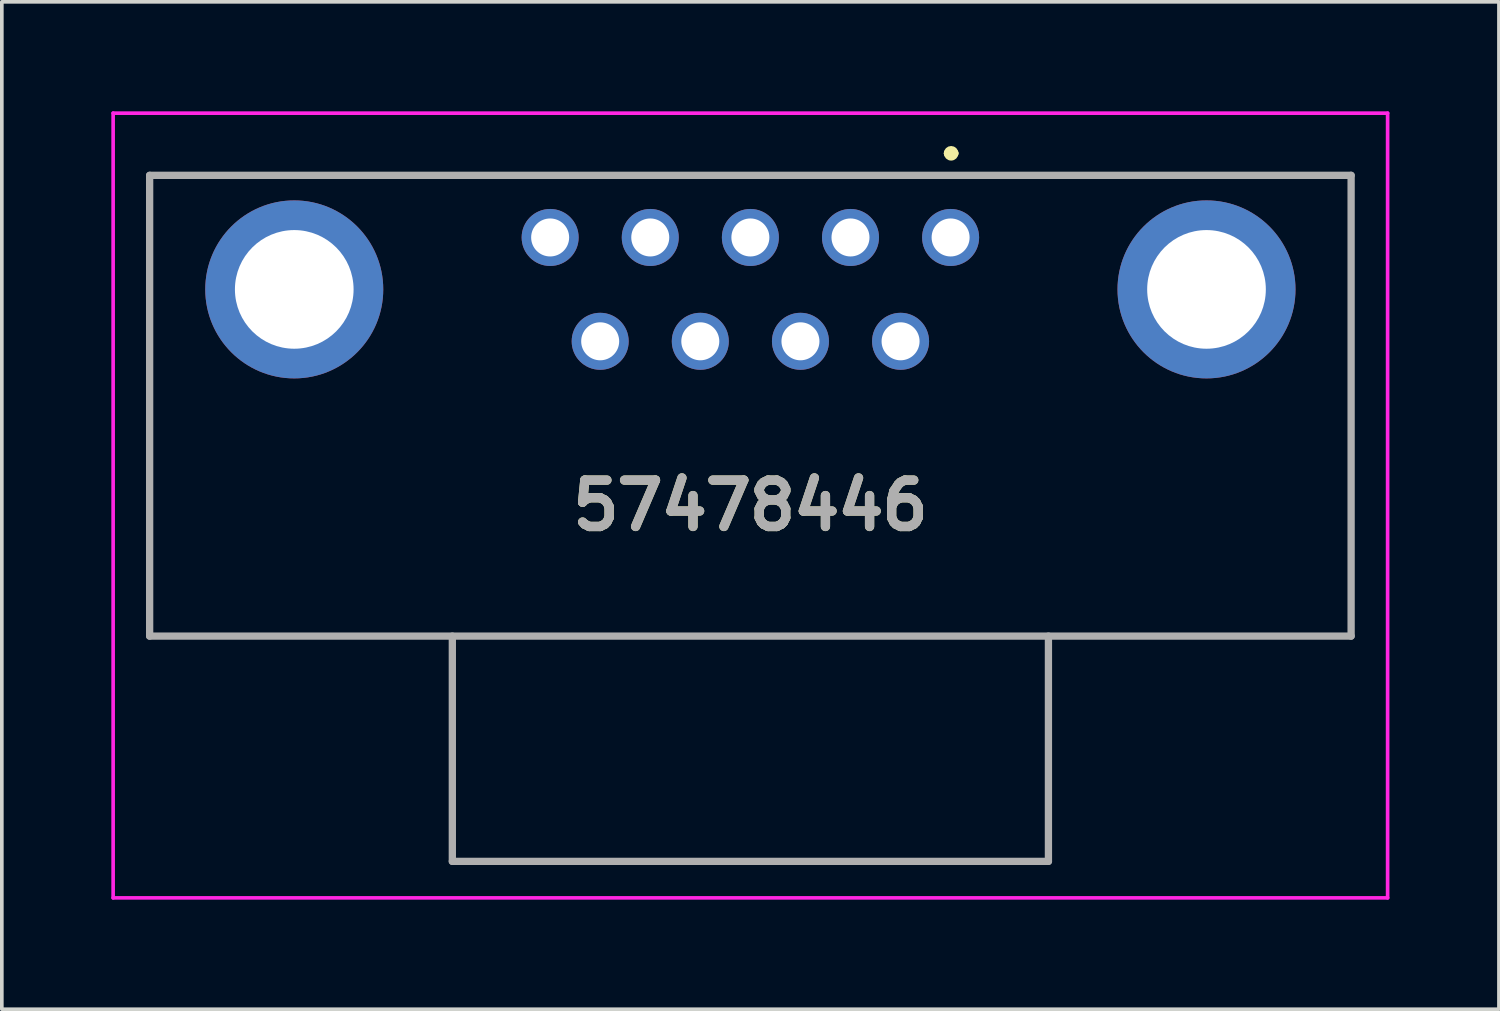
<source format=kicad_pcb>
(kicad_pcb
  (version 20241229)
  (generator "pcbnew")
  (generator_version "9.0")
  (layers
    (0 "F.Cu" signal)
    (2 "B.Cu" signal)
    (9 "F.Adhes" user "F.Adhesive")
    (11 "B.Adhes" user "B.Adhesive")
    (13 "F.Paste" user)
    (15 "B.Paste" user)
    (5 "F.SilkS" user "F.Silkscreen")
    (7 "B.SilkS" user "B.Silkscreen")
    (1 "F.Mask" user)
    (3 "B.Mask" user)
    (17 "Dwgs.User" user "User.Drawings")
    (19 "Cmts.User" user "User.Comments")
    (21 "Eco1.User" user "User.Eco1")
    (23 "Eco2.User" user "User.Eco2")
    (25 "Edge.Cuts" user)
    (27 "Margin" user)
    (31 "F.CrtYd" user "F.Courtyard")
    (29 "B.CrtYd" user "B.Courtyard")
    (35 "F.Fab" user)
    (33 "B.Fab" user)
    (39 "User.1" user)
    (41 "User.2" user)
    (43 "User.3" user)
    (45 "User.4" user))
  (footprint "57478446"
    (layer "F.Cu")
    (at 17.509 10.8)
    (property "Reference" "57478446" (at 0 0 0) (layer "F.SilkS") (effects (font (size 1.27 1.27) (thickness 0.254))))
    (attr through_hole)
    (fp_line (start -16.459 -9.046) (end 16.459 -9.046) (stroke (width 0.1) (type solid)) (layer "F.SilkS"))
    (fp_line (start -16.459 3.578) (end -16.459 -9.046) (stroke (width 0.1) (type solid)) (layer "F.SilkS"))
    (fp_line (start -8.166 3.578) (end -8.166 9.75) (stroke (width 0.1) (type solid)) (layer "F.SilkS"))
    (fp_line (start -8.166 9.75) (end 8.166 9.75) (stroke (width 0.1) (type solid)) (layer "F.SilkS"))
    (fp_line (start 5.4 -9.65) (end 5.4 -9.65) (stroke (width 0.2) (type solid)) (layer "F.SilkS"))
    (fp_line (start 5.6 -9.65) (end 5.6 -9.65) (stroke (width 0.2) (type solid)) (layer "F.SilkS"))
    (fp_line (start 8.166 9.75) (end 8.166 3.578) (stroke (width 0.1) (type solid)) (layer "F.SilkS"))
    (fp_line (start 16.459 -9.046) (end 16.459 3.578) (stroke (width 0.1) (type solid)) (layer "F.SilkS"))
    (fp_line (start 16.459 3.578) (end -16.459 3.578) (stroke (width 0.1) (type solid)) (layer "F.SilkS"))
    (fp_arc (start 5.4 -9.65) (mid 5.5 -9.75) (end 5.6 -9.65) (stroke (width 0.2) (type solid)) (layer "F.SilkS"))
    (fp_arc (start 5.6 -9.65) (mid 5.5 -9.55) (end 5.4 -9.65) (stroke (width 0.2) (type solid)) (layer "F.SilkS"))
    (fp_line (start -17.459 -10.75) (end 17.459 -10.75) (stroke (width 0.1) (type solid)) (layer "F.CrtYd"))
    (fp_line (start -17.459 10.75) (end -17.459 -10.75) (stroke (width 0.1) (type solid)) (layer "F.CrtYd"))
    (fp_line (start 17.459 -10.75) (end 17.459 10.75) (stroke (width 0.1) (type solid)) (layer "F.CrtYd"))
    (fp_line (start 17.459 10.75) (end -17.459 10.75) (stroke (width 0.1) (type solid)) (layer "F.CrtYd"))
    (fp_line (start -16.459 -9.046) (end 16.459 -9.046) (stroke (width 0.2) (type solid)) (layer "F.Fab"))
    (fp_line (start -16.459 3.578) (end -16.459 -9.046) (stroke (width 0.2) (type solid)) (layer "F.Fab"))
    (fp_line (start -8.166 3.578) (end -8.166 9.75) (stroke (width 0.2) (type solid)) (layer "F.Fab"))
    (fp_line (start -8.166 9.75) (end 8.166 9.75) (stroke (width 0.2) (type solid)) (layer "F.Fab"))
    (fp_line (start 8.166 9.75) (end 8.166 3.578) (stroke (width 0.2) (type solid)) (layer "F.Fab"))
    (fp_line (start 16.459 -9.046) (end 16.459 3.578) (stroke (width 0.2) (type solid)) (layer "F.Fab"))
    (fp_line (start 16.459 3.578) (end -16.459 3.578) (stroke (width 0.2) (type solid)) (layer "F.Fab"))
    (fp_text user "${REFERENCE}" (at 0 0 0) (layer "F.Fab") (effects (font (size 1.27 1.27) (thickness 0.254))))
    (pad "1" thru_hole circle (at 5.486 -7.344) (size 1.562 1.562) (drill 1.041) (layers "*.Cu" "*.Mask"))
    (pad "2" thru_hole circle (at 2.743 -7.344) (size 1.562 1.562) (drill 1.041) (layers "*.Cu" "*.Mask"))
    (pad "3" thru_hole circle (at 0 -7.344) (size 1.562 1.562) (drill 1.041) (layers "*.Cu" "*.Mask"))
    (pad "4" thru_hole circle (at -2.743 -7.344) (size 1.562 1.562) (drill 1.041) (layers "*.Cu" "*.Mask"))
    (pad "5" thru_hole circle (at -5.486 -7.344) (size 1.562 1.562) (drill 1.041) (layers "*.Cu" "*.Mask"))
    (pad "6" thru_hole circle (at 4.115 -4.499) (size 1.562 1.562) (drill 1.041) (layers "*.Cu" "*.Mask"))
    (pad "7" thru_hole circle (at 1.372 -4.499) (size 1.562 1.562) (drill 1.041) (layers "*.Cu" "*.Mask"))
    (pad "8" thru_hole circle (at -1.372 -4.499) (size 1.562 1.562) (drill 1.041) (layers "*.Cu" "*.Mask"))
    (pad "9" thru_hole circle (at -4.115 -4.499) (size 1.562 1.562) (drill 1.041) (layers "*.Cu" "*.Mask"))
    (pad "10" thru_hole circle (at -12.497 -5.921) (size 4.877 4.877) (drill 3.251) (layers "*.Cu" "*.Mask"))
    (pad "11" thru_hole circle (at 12.497 -5.921) (size 4.877 4.877) (drill 3.251) (layers "*.Cu" "*.Mask")))
  (gr_rect
    (start -3 -3)
    (end 38.018 24.6)
    (stroke (width 0.1) (type default))
    (fill no)
    (layer "Edge.Cuts")))
</source>
